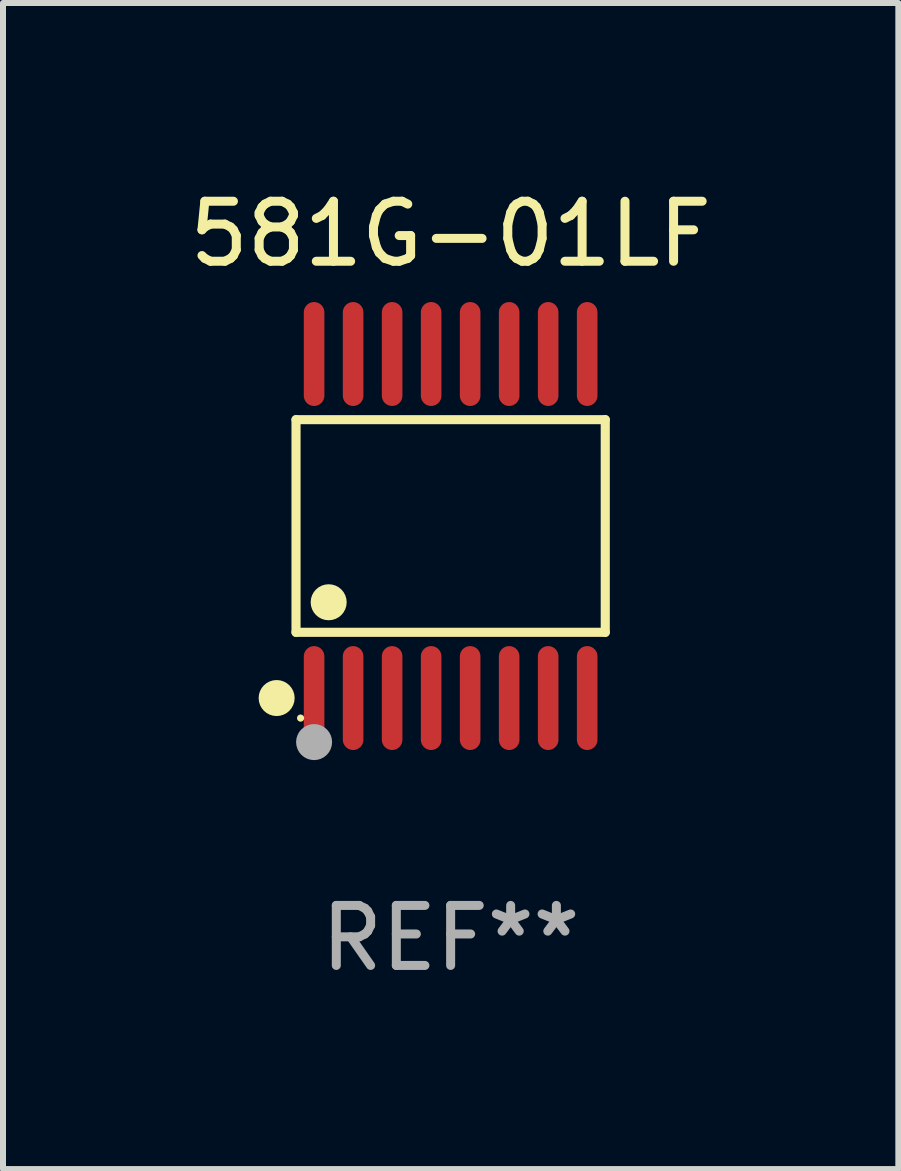
<source format=kicad_pcb>
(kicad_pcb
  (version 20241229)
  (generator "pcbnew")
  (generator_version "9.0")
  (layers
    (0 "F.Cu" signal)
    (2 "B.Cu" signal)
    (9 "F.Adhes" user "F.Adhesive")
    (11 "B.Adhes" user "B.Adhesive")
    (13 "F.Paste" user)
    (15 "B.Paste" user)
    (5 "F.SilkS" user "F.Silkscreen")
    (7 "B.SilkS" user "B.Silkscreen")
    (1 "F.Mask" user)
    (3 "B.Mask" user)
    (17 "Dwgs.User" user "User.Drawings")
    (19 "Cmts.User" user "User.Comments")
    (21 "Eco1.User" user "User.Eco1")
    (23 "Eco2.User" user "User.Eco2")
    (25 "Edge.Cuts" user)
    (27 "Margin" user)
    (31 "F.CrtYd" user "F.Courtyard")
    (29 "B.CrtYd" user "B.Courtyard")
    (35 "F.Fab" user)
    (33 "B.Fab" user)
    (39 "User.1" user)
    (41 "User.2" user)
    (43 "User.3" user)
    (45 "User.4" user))
  (footprint "581G-01LF"
    (layer "F.Cu")
    (at 4.458 5.714)
    (property "Reference" "581G-01LF" (at 0 -4.866 0) (layer "F.SilkS") (effects (font (size 1 1) (thickness 0.15))))
    (attr through_hole)
    (fp_line (start -2.576 -1.772) (end 2.576 -1.772) (stroke (width 0.152) (type solid)) (layer "F.SilkS"))
    (fp_line (start -2.576 1.771) (end -2.576 -1.772) (stroke (width 0.152) (type solid)) (layer "F.SilkS"))
    (fp_line (start 2.576 -1.772) (end 2.576 1.771) (stroke (width 0.152) (type solid)) (layer "F.SilkS"))
    (fp_line (start 2.576 1.771) (end -2.576 1.771) (stroke (width 0.152) (type solid)) (layer "F.SilkS"))
    (fp_circle (center -2.899 2.866) (end -2.749 2.866) (stroke (width 0.3) (type solid)) (fill no) (layer "F.SilkS"))
    (fp_circle (center -2.5 3.2) (end -2.47 3.2) (stroke (width 0.06) (type solid)) (fill no) (layer "F.SilkS"))
    (fp_circle (center -2.032 1.27) (end -1.882 1.27) (stroke (width 0.3) (type solid)) (fill no) (layer "F.SilkS"))
    (fp_circle (center -2.275 3.6) (end -2.125 3.6) (stroke (width 0.3) (type solid)) (fill no) (layer "F.Fab"))
    (fp_text user "REF**" (at 0 6.866 0) (layer "F.Fab") (effects (font (size 1 1) (thickness 0.15))))
    (pad "1" smd oval (at -2.275 2.866) (size 0.343 1.731) (layers "F.Cu" "F.Mask" "F.Paste"))
    (pad "2" smd oval (at -1.625 2.866) (size 0.343 1.731) (layers "F.Cu" "F.Mask" "F.Paste"))
    (pad "3" smd oval (at -0.975 2.866) (size 0.343 1.731) (layers "F.Cu" "F.Mask" "F.Paste"))
    (pad "4" smd oval (at -0.325 2.866) (size 0.343 1.731) (layers "F.Cu" "F.Mask" "F.Paste"))
    (pad "5" smd oval (at 0.325 2.866) (size 0.343 1.731) (layers "F.Cu" "F.Mask" "F.Paste"))
    (pad "6" smd oval (at 0.975 2.866) (size 0.343 1.731) (layers "F.Cu" "F.Mask" "F.Paste"))
    (pad "7" smd oval (at 1.625 2.866) (size 0.343 1.731) (layers "F.Cu" "F.Mask" "F.Paste"))
    (pad "8" smd oval (at 2.275 2.866) (size 0.343 1.731) (layers "F.Cu" "F.Mask" "F.Paste"))
    (pad "9" smd oval (at 2.275 -2.866) (size 0.343 1.731) (layers "F.Cu" "F.Mask" "F.Paste"))
    (pad "10" smd oval (at 1.625 -2.866) (size 0.343 1.731) (layers "F.Cu" "F.Mask" "F.Paste"))
    (pad "11" smd oval (at 0.975 -2.866) (size 0.343 1.731) (layers "F.Cu" "F.Mask" "F.Paste"))
    (pad "12" smd oval (at 0.325 -2.866) (size 0.343 1.731) (layers "F.Cu" "F.Mask" "F.Paste"))
    (pad "13" smd oval (at -0.325 -2.866) (size 0.343 1.731) (layers "F.Cu" "F.Mask" "F.Paste"))
    (pad "14" smd oval (at -0.975 -2.866) (size 0.343 1.731) (layers "F.Cu" "F.Mask" "F.Paste"))
    (pad "15" smd oval (at -1.625 -2.866) (size 0.343 1.731) (layers "F.Cu" "F.Mask" "F.Paste"))
    (pad "16" smd oval (at -2.275 -2.866) (size 0.343 1.731) (layers "F.Cu" "F.Mask" "F.Paste")))
  (gr_rect
    (start -3 -3)
    (end 11.917 16.428)
    (stroke (width 0.1) (type default))
    (fill no)
    (layer "Edge.Cuts")))
</source>
